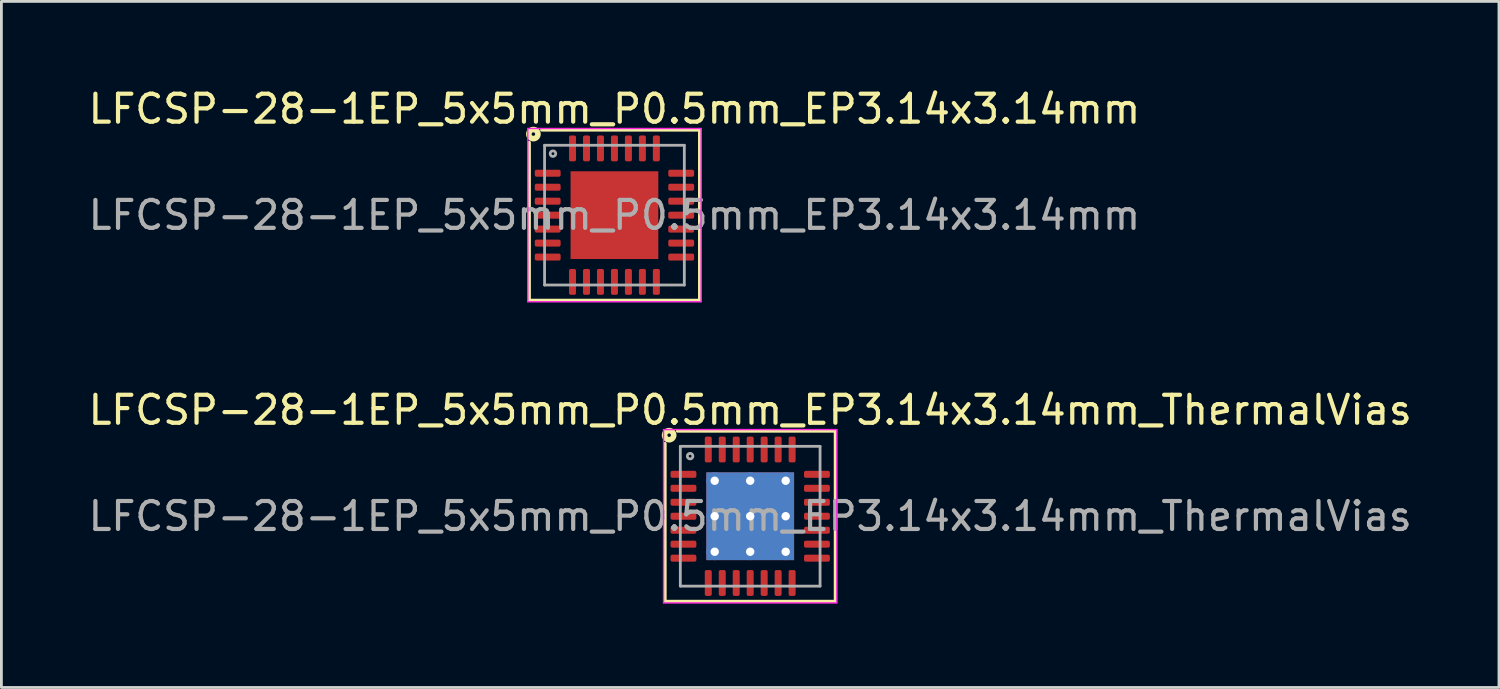
<source format=kicad_pcb>
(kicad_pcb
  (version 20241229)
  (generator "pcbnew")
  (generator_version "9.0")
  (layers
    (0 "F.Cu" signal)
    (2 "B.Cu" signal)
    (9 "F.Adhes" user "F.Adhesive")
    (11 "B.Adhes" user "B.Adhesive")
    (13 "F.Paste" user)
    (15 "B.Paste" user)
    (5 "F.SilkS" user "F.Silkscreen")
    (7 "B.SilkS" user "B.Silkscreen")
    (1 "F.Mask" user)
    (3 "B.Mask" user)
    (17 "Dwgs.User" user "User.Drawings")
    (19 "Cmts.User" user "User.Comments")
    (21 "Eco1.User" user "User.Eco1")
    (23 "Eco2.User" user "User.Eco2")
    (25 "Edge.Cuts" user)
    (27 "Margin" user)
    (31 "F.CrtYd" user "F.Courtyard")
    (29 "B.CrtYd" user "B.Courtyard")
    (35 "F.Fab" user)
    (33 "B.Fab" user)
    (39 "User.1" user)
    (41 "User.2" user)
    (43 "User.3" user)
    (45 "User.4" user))
  (footprint "LFCSP-28-1EP_5x5mm_P0.5mm_EP3.14x3.14mm_ThermalVias"
    (layer "F.Cu")
    (at 23.792 15.421)
    (property "Reference" "LFCSP-28-1EP_5x5mm_P0.5mm_EP3.14x3.14mm_ThermalVias" (at 0 -3.8 0) (layer "F.SilkS") (effects (font (size 1 1) (thickness 0.15))))
    (attr smd)
    (fp_line (start -3.05 3.05) (end -3.05 -2.6) (stroke (width 0.12) (type solid)) (layer "F.SilkS"))
    (fp_line (start 3.05 -3.05) (end -2.6 -3.05) (stroke (width 0.12) (type solid)) (layer "F.SilkS"))
    (fp_line (start 3.05 -3.05) (end 3.05 3.05) (stroke (width 0.12) (type solid)) (layer "F.SilkS"))
    (fp_line (start 3.05 3.05) (end -3.05 3.05) (stroke (width 0.12) (type solid)) (layer "F.SilkS"))
    (fp_circle (center -2.9 -2.9) (end -2.837 -2.9) (stroke (width 0.2) (type solid)) (fill no) (layer "F.SilkS"))
    (fp_line (start -3.1 -3.1) (end -3.1 3.1) (stroke (width 0.05) (type solid)) (layer "F.CrtYd"))
    (fp_line (start -3.1 3.1) (end 3.1 3.1) (stroke (width 0.05) (type solid)) (layer "F.CrtYd"))
    (fp_line (start 3.1 -3.1) (end -3.1 -3.1) (stroke (width 0.05) (type solid)) (layer "F.CrtYd"))
    (fp_line (start 3.1 3.1) (end 3.1 -3.1) (stroke (width 0.05) (type solid)) (layer "F.CrtYd"))
    (fp_line (start -2.5 -2.5) (end 2.5 -2.5) (stroke (width 0.1) (type solid)) (layer "F.Fab"))
    (fp_line (start -2.5 2.5) (end -2.5 -2.5) (stroke (width 0.1) (type solid)) (layer "F.Fab"))
    (fp_line (start 2.5 -2.5) (end 2.5 2.5) (stroke (width 0.1) (type solid)) (layer "F.Fab"))
    (fp_line (start 2.5 2.5) (end -2.5 2.5) (stroke (width 0.1) (type solid)) (layer "F.Fab"))
    (fp_circle (center -2.15 -2.15) (end -2.05 -2.15) (stroke (width 0.1) (type solid)) (fill no) (layer "F.Fab"))
    (fp_text user "${REFERENCE}" (at 0 0 0) (layer "F.Fab") (effects (font (size 1 1) (thickness 0.15))))
    (pad "" smd roundrect (at -0.785 -0.785) (size 1.31 1.31) (layers "F.Paste") (roundrect_rratio 0.191))
    (pad "" smd roundrect (at -0.785 0.785) (size 1.31 1.31) (layers "F.Paste") (roundrect_rratio 0.191))
    (pad "" smd roundrect (at 0.785 -0.785) (size 1.31 1.31) (layers "F.Paste") (roundrect_rratio 0.191))
    (pad "" smd roundrect (at 0.785 0.785) (size 1.31 1.31) (layers "F.Paste") (roundrect_rratio 0.191))
    (pad "1" smd roundrect (at -2.388 -1.5) (size 0.925 0.25) (layers "F.Cu" "F.Mask" "F.Paste") (roundrect_rratio 0.25))
    (pad "2" smd roundrect (at -2.388 -1) (size 0.925 0.25) (layers "F.Cu" "F.Mask" "F.Paste") (roundrect_rratio 0.25))
    (pad "3" smd roundrect (at -2.388 -0.5) (size 0.925 0.25) (layers "F.Cu" "F.Mask" "F.Paste") (roundrect_rratio 0.25))
    (pad "4" smd roundrect (at -2.388 0) (size 0.925 0.25) (layers "F.Cu" "F.Mask" "F.Paste") (roundrect_rratio 0.25))
    (pad "5" smd roundrect (at -2.388 0.5) (size 0.925 0.25) (layers "F.Cu" "F.Mask" "F.Paste") (roundrect_rratio 0.25))
    (pad "6" smd roundrect (at -2.388 1) (size 0.925 0.25) (layers "F.Cu" "F.Mask" "F.Paste") (roundrect_rratio 0.25))
    (pad "7" smd roundrect (at -2.388 1.5) (size 0.925 0.25) (layers "F.Cu" "F.Mask" "F.Paste") (roundrect_rratio 0.25))
    (pad "8" smd roundrect (at -1.5 2.388) (size 0.25 0.925) (layers "F.Cu" "F.Mask" "F.Paste") (roundrect_rratio 0.25))
    (pad "9" smd roundrect (at -1 2.388) (size 0.25 0.925) (layers "F.Cu" "F.Mask" "F.Paste") (roundrect_rratio 0.25))
    (pad "10" smd roundrect (at -0.5 2.388) (size 0.25 0.925) (layers "F.Cu" "F.Mask" "F.Paste") (roundrect_rratio 0.25))
    (pad "11" smd roundrect (at 0 2.388) (size 0.25 0.925) (layers "F.Cu" "F.Mask" "F.Paste") (roundrect_rratio 0.25))
    (pad "12" smd roundrect (at 0.5 2.388) (size 0.25 0.925) (layers "F.Cu" "F.Mask" "F.Paste") (roundrect_rratio 0.25))
    (pad "13" smd roundrect (at 1 2.388) (size 0.25 0.925) (layers "F.Cu" "F.Mask" "F.Paste") (roundrect_rratio 0.25))
    (pad "14" smd roundrect (at 1.5 2.388) (size 0.25 0.925) (layers "F.Cu" "F.Mask" "F.Paste") (roundrect_rratio 0.25))
    (pad "15" smd roundrect (at 2.388 1.5) (size 0.925 0.25) (layers "F.Cu" "F.Mask" "F.Paste") (roundrect_rratio 0.25))
    (pad "16" smd roundrect (at 2.388 1) (size 0.925 0.25) (layers "F.Cu" "F.Mask" "F.Paste") (roundrect_rratio 0.25))
    (pad "17" smd roundrect (at 2.388 0.5) (size 0.925 0.25) (layers "F.Cu" "F.Mask" "F.Paste") (roundrect_rratio 0.25))
    (pad "18" smd roundrect (at 2.388 0) (size 0.925 0.25) (layers "F.Cu" "F.Mask" "F.Paste") (roundrect_rratio 0.25))
    (pad "19" smd roundrect (at 2.388 -0.5) (size 0.925 0.25) (layers "F.Cu" "F.Mask" "F.Paste") (roundrect_rratio 0.25))
    (pad "20" smd roundrect (at 2.388 -1) (size 0.925 0.25) (layers "F.Cu" "F.Mask" "F.Paste") (roundrect_rratio 0.25))
    (pad "21" smd roundrect (at 2.388 -1.5) (size 0.925 0.25) (layers "F.Cu" "F.Mask" "F.Paste") (roundrect_rratio 0.25))
    (pad "22" smd roundrect (at 1.5 -2.388) (size 0.25 0.925) (layers "F.Cu" "F.Mask" "F.Paste") (roundrect_rratio 0.25))
    (pad "23" smd roundrect (at 1 -2.388) (size 0.25 0.925) (layers "F.Cu" "F.Mask" "F.Paste") (roundrect_rratio 0.25))
    (pad "24" smd roundrect (at 0.5 -2.388) (size 0.25 0.925) (layers "F.Cu" "F.Mask" "F.Paste") (roundrect_rratio 0.25))
    (pad "25" smd roundrect (at 0 -2.388) (size 0.25 0.925) (layers "F.Cu" "F.Mask" "F.Paste") (roundrect_rratio 0.25))
    (pad "26" smd roundrect (at -0.5 -2.388) (size 0.25 0.925) (layers "F.Cu" "F.Mask" "F.Paste") (roundrect_rratio 0.25))
    (pad "27" smd roundrect (at -1 -2.388) (size 0.25 0.925) (layers "F.Cu" "F.Mask" "F.Paste") (roundrect_rratio 0.25))
    (pad "28" smd roundrect (at -1.5 -2.388) (size 0.25 0.925) (layers "F.Cu" "F.Mask" "F.Paste") (roundrect_rratio 0.25))
    (pad "29" thru_hole circle (at -1.27 -1.27) (size 0.6 0.6) (drill 0.3) (layers "*.Cu"))
    (pad "29" thru_hole circle (at -1.27 0) (size 0.6 0.6) (drill 0.3) (layers "*.Cu"))
    (pad "29" thru_hole circle (at -1.27 1.27) (size 0.6 0.6) (drill 0.3) (layers "*.Cu"))
    (pad "29" thru_hole circle (at 0 -1.27) (size 0.6 0.6) (drill 0.3) (layers "*.Cu"))
    (pad "29" thru_hole circle (at 0 0) (size 0.6 0.6) (drill 0.3) (layers "*.Cu"))
    (pad "29" smd rect (at 0 0) (size 3.14 3.14) (layers "F.Cu" "F.Mask"))
    (pad "29" smd rect (at 0 0) (size 3.14 3.14) (layers "B.Cu" "B.Mask"))
    (pad "29" thru_hole circle (at 0 1.27) (size 0.6 0.6) (drill 0.3) (layers "*.Cu"))
    (pad "29" thru_hole circle (at 1.27 -1.27) (size 0.6 0.6) (drill 0.3) (layers "*.Cu"))
    (pad "29" thru_hole circle (at 1.27 0) (size 0.6 0.6) (drill 0.3) (layers "*.Cu"))
    (pad "29" thru_hole circle (at 1.27 1.27) (size 0.6 0.6) (drill 0.3) (layers "*.Cu")))
  (footprint "LFCSP-28-1EP_5x5mm_P0.5mm_EP3.14x3.14mm"
    (layer "F.Cu")
    (at 18.935 4.648)
    (property "Reference" "LFCSP-28-1EP_5x5mm_P0.5mm_EP3.14x3.14mm" (at 0 -3.8 0) (layer "F.SilkS") (effects (font (size 1 1) (thickness 0.15))))
    (attr smd)
    (fp_line (start -3.05 3.05) (end -3.05 -2.6) (stroke (width 0.12) (type solid)) (layer "F.SilkS"))
    (fp_line (start 3.05 -3.05) (end -2.6 -3.05) (stroke (width 0.12) (type solid)) (layer "F.SilkS"))
    (fp_line (start 3.05 -3.05) (end 3.05 3.05) (stroke (width 0.12) (type solid)) (layer "F.SilkS"))
    (fp_line (start 3.05 3.05) (end -3.05 3.05) (stroke (width 0.12) (type solid)) (layer "F.SilkS"))
    (fp_circle (center -2.9 -2.9) (end -2.837 -2.9) (stroke (width 0.2) (type solid)) (fill no) (layer "F.SilkS"))
    (fp_line (start -3.1 -3.1) (end -3.1 3.1) (stroke (width 0.05) (type solid)) (layer "F.CrtYd"))
    (fp_line (start -3.1 3.1) (end 3.1 3.1) (stroke (width 0.05) (type solid)) (layer "F.CrtYd"))
    (fp_line (start 3.1 -3.1) (end -3.1 -3.1) (stroke (width 0.05) (type solid)) (layer "F.CrtYd"))
    (fp_line (start 3.1 3.1) (end 3.1 -3.1) (stroke (width 0.05) (type solid)) (layer "F.CrtYd"))
    (fp_line (start -2.5 -2.5) (end 2.5 -2.5) (stroke (width 0.1) (type solid)) (layer "F.Fab"))
    (fp_line (start -2.5 2.5) (end -2.5 -2.5) (stroke (width 0.1) (type solid)) (layer "F.Fab"))
    (fp_line (start 2.5 -2.5) (end 2.5 2.5) (stroke (width 0.1) (type solid)) (layer "F.Fab"))
    (fp_line (start 2.5 2.5) (end -2.5 2.5) (stroke (width 0.1) (type solid)) (layer "F.Fab"))
    (fp_circle (center -2.2 -2.2) (end -2.1 -2.2) (stroke (width 0.1) (type solid)) (fill no) (layer "F.Fab"))
    (fp_text user "${REFERENCE}" (at 0 0 0) (layer "F.Fab") (effects (font (size 1 1) (thickness 0.15))))
    (pad "" smd roundrect (at -0.785 -0.785) (size 1.27 1.27) (layers "F.Paste") (roundrect_rratio 0.197))
    (pad "" smd roundrect (at -0.785 0.785) (size 1.27 1.27) (layers "F.Paste") (roundrect_rratio 0.197))
    (pad "" smd roundrect (at 0.785 -0.785) (size 1.27 1.27) (layers "F.Paste") (roundrect_rratio 0.197))
    (pad "" smd roundrect (at 0.785 0.785) (size 1.27 1.27) (layers "F.Paste") (roundrect_rratio 0.197))
    (pad "1" smd roundrect (at -2.388 -1.5) (size 0.925 0.25) (layers "F.Cu" "F.Mask" "F.Paste") (roundrect_rratio 0.25))
    (pad "2" smd roundrect (at -2.388 -1) (size 0.925 0.25) (layers "F.Cu" "F.Mask" "F.Paste") (roundrect_rratio 0.25))
    (pad "3" smd roundrect (at -2.388 -0.5) (size 0.925 0.25) (layers "F.Cu" "F.Mask" "F.Paste") (roundrect_rratio 0.25))
    (pad "4" smd roundrect (at -2.388 0) (size 0.925 0.25) (layers "F.Cu" "F.Mask" "F.Paste") (roundrect_rratio 0.25))
    (pad "5" smd roundrect (at -2.388 0.5) (size 0.925 0.25) (layers "F.Cu" "F.Mask" "F.Paste") (roundrect_rratio 0.25))
    (pad "6" smd roundrect (at -2.388 1) (size 0.925 0.25) (layers "F.Cu" "F.Mask" "F.Paste") (roundrect_rratio 0.25))
    (pad "7" smd roundrect (at -2.388 1.5) (size 0.925 0.25) (layers "F.Cu" "F.Mask" "F.Paste") (roundrect_rratio 0.25))
    (pad "8" smd roundrect (at -1.5 2.388) (size 0.25 0.925) (layers "F.Cu" "F.Mask" "F.Paste") (roundrect_rratio 0.25))
    (pad "9" smd roundrect (at -1 2.388) (size 0.25 0.925) (layers "F.Cu" "F.Mask" "F.Paste") (roundrect_rratio 0.25))
    (pad "10" smd roundrect (at -0.5 2.388) (size 0.25 0.925) (layers "F.Cu" "F.Mask" "F.Paste") (roundrect_rratio 0.25))
    (pad "11" smd roundrect (at 0 2.388) (size 0.25 0.925) (layers "F.Cu" "F.Mask" "F.Paste") (roundrect_rratio 0.25))
    (pad "12" smd roundrect (at 0.5 2.388) (size 0.25 0.925) (layers "F.Cu" "F.Mask" "F.Paste") (roundrect_rratio 0.25))
    (pad "13" smd roundrect (at 1 2.388) (size 0.25 0.925) (layers "F.Cu" "F.Mask" "F.Paste") (roundrect_rratio 0.25))
    (pad "14" smd roundrect (at 1.5 2.388) (size 0.25 0.925) (layers "F.Cu" "F.Mask" "F.Paste") (roundrect_rratio 0.25))
    (pad "15" smd roundrect (at 2.388 1.5) (size 0.925 0.25) (layers "F.Cu" "F.Mask" "F.Paste") (roundrect_rratio 0.25))
    (pad "16" smd roundrect (at 2.388 1) (size 0.925 0.25) (layers "F.Cu" "F.Mask" "F.Paste") (roundrect_rratio 0.25))
    (pad "17" smd roundrect (at 2.388 0.5) (size 0.925 0.25) (layers "F.Cu" "F.Mask" "F.Paste") (roundrect_rratio 0.25))
    (pad "18" smd roundrect (at 2.388 0) (size 0.925 0.25) (layers "F.Cu" "F.Mask" "F.Paste") (roundrect_rratio 0.25))
    (pad "19" smd roundrect (at 2.388 -0.5) (size 0.925 0.25) (layers "F.Cu" "F.Mask" "F.Paste") (roundrect_rratio 0.25))
    (pad "20" smd roundrect (at 2.388 -1) (size 0.925 0.25) (layers "F.Cu" "F.Mask" "F.Paste") (roundrect_rratio 0.25))
    (pad "21" smd roundrect (at 2.388 -1.5) (size 0.925 0.25) (layers "F.Cu" "F.Mask" "F.Paste") (roundrect_rratio 0.25))
    (pad "22" smd roundrect (at 1.5 -2.388) (size 0.25 0.925) (layers "F.Cu" "F.Mask" "F.Paste") (roundrect_rratio 0.25))
    (pad "23" smd roundrect (at 1 -2.388) (size 0.25 0.925) (layers "F.Cu" "F.Mask" "F.Paste") (roundrect_rratio 0.25))
    (pad "24" smd roundrect (at 0.5 -2.388) (size 0.25 0.925) (layers "F.Cu" "F.Mask" "F.Paste") (roundrect_rratio 0.25))
    (pad "25" smd roundrect (at 0 -2.388) (size 0.25 0.925) (layers "F.Cu" "F.Mask" "F.Paste") (roundrect_rratio 0.25))
    (pad "26" smd roundrect (at -0.5 -2.388) (size 0.25 0.925) (layers "F.Cu" "F.Mask" "F.Paste") (roundrect_rratio 0.25))
    (pad "27" smd roundrect (at -1 -2.388) (size 0.25 0.925) (layers "F.Cu" "F.Mask" "F.Paste") (roundrect_rratio 0.25))
    (pad "28" smd roundrect (at -1.5 -2.388) (size 0.25 0.925) (layers "F.Cu" "F.Mask" "F.Paste") (roundrect_rratio 0.25))
    (pad "29" smd rect (at 0 0) (size 3.14 3.14) (layers "F.Cu" "F.Mask")))
  (gr_rect
    (start -3 -3)
    (end 50.583 21.547)
    (stroke (width 0.1) (type default))
    (fill no)
    (layer "Edge.Cuts")))
</source>
